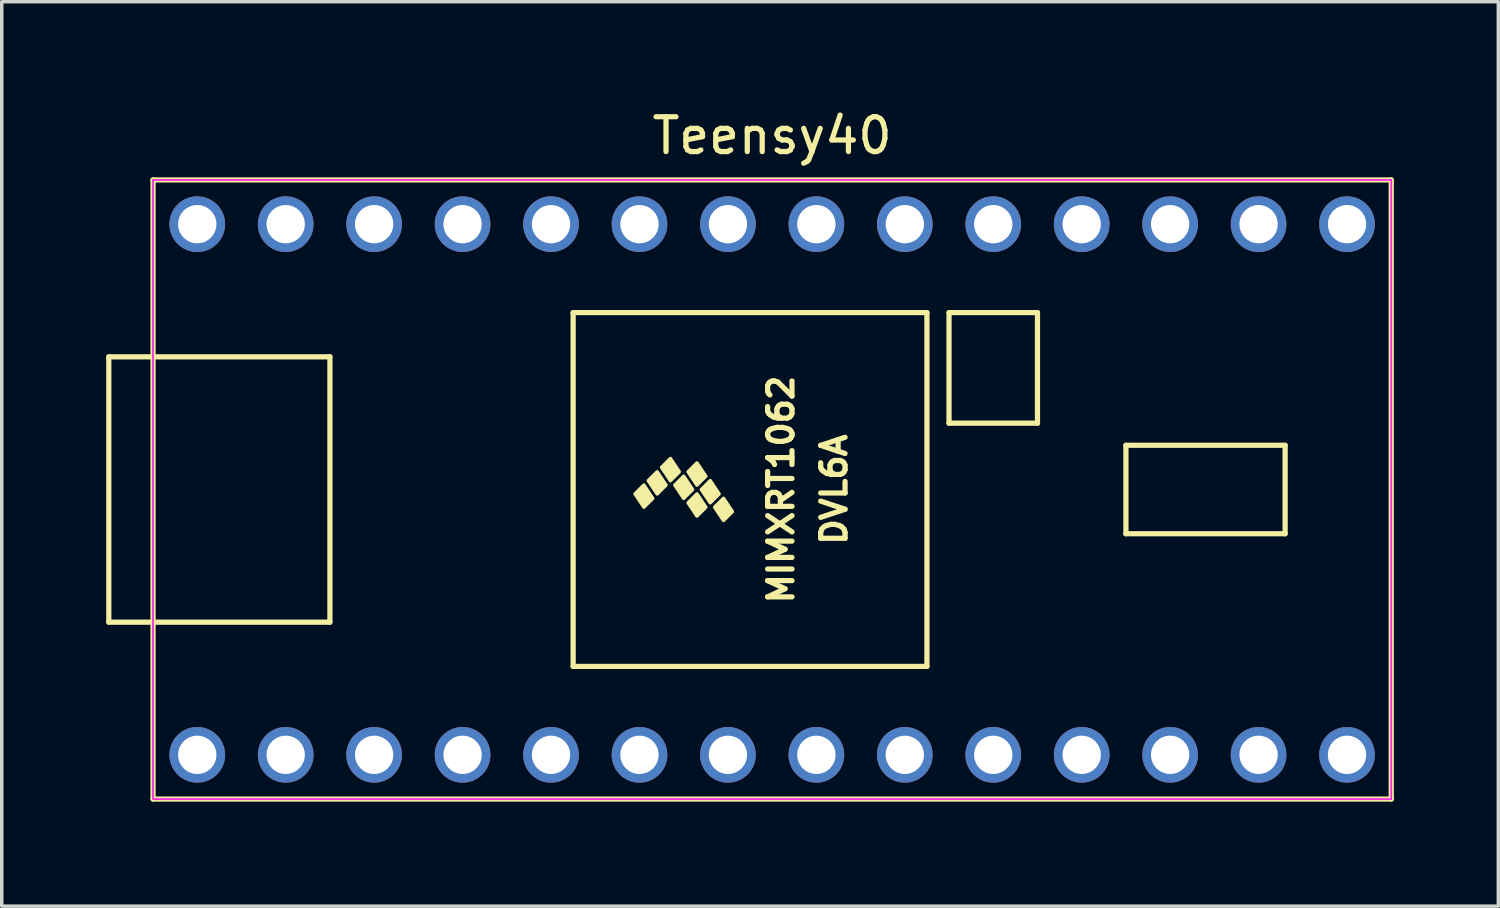
<source format=kicad_pcb>
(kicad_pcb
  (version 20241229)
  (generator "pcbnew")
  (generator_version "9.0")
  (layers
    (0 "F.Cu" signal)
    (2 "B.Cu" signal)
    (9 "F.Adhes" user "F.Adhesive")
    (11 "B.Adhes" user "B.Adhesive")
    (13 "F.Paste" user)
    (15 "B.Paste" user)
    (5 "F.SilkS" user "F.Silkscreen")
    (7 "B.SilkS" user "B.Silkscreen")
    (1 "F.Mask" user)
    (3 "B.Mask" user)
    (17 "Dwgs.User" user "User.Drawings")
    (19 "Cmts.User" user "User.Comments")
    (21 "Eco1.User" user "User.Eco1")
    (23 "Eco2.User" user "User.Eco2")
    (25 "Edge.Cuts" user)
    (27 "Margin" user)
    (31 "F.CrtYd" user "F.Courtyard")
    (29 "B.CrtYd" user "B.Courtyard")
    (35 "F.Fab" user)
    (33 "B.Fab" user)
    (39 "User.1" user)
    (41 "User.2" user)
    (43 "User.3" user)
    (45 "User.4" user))
  (footprint "Teensy40"
    (layer "F.Cu")
    (at 19.125 11.008)
    (property "Reference" "Teensy40" (at 0 -10.16 0) (layer "F.SilkS") (effects (font (size 1 1) (thickness 0.15))))
    (attr through_hole)
    (fp_line (start -19.05 -3.81) (end -17.78 -3.81) (stroke (width 0.15) (type solid)) (layer "F.SilkS"))
    (fp_line (start -19.05 3.81) (end -19.05 -3.81) (stroke (width 0.15) (type solid)) (layer "F.SilkS"))
    (fp_line (start -17.78 -8.89) (end 17.78 -8.89) (stroke (width 0.15) (type solid)) (layer "F.SilkS"))
    (fp_line (start -17.78 3.81) (end -19.05 3.81) (stroke (width 0.15) (type solid)) (layer "F.SilkS"))
    (fp_line (start -17.78 8.89) (end -17.78 -8.89) (stroke (width 0.15) (type solid)) (layer "F.SilkS"))
    (fp_line (start -12.7 -3.81) (end -17.78 -3.81) (stroke (width 0.15) (type solid)) (layer "F.SilkS"))
    (fp_line (start -12.7 3.81) (end -17.78 3.81) (stroke (width 0.15) (type solid)) (layer "F.SilkS"))
    (fp_line (start -12.7 3.81) (end -12.7 -3.81) (stroke (width 0.15) (type solid)) (layer "F.SilkS"))
    (fp_line (start -5.715 -5.08) (end -5.715 5.08) (stroke (width 0.15) (type solid)) (layer "F.SilkS"))
    (fp_line (start 4.445 -5.08) (end -5.715 -5.08) (stroke (width 0.15) (type solid)) (layer "F.SilkS"))
    (fp_line (start 4.445 5.08) (end -5.715 5.08) (stroke (width 0.15) (type solid)) (layer "F.SilkS"))
    (fp_line (start 4.445 5.08) (end 4.445 -5.08) (stroke (width 0.15) (type solid)) (layer "F.SilkS"))
    (fp_line (start 5.08 -5.08) (end 7.62 -5.08) (stroke (width 0.15) (type solid)) (layer "F.SilkS"))
    (fp_line (start 5.08 -1.905) (end 5.08 -5.08) (stroke (width 0.15) (type solid)) (layer "F.SilkS"))
    (fp_line (start 7.62 -5.08) (end 7.62 -1.905) (stroke (width 0.15) (type solid)) (layer "F.SilkS"))
    (fp_line (start 7.62 -1.905) (end 5.08 -1.905) (stroke (width 0.15) (type solid)) (layer "F.SilkS"))
    (fp_line (start 10.16 -1.27) (end 14.732 -1.27) (stroke (width 0.15) (type solid)) (layer "F.SilkS"))
    (fp_line (start 10.16 1.27) (end 10.16 -1.27) (stroke (width 0.15) (type solid)) (layer "F.SilkS"))
    (fp_line (start 14.732 -1.27) (end 14.732 1.27) (stroke (width 0.15) (type solid)) (layer "F.SilkS"))
    (fp_line (start 14.732 1.27) (end 10.16 1.27) (stroke (width 0.15) (type solid)) (layer "F.SilkS"))
    (fp_line (start 17.78 -8.89) (end 17.78 8.89) (stroke (width 0.15) (type solid)) (layer "F.SilkS"))
    (fp_line (start 17.78 8.89) (end -17.78 8.89) (stroke (width 0.15) (type solid)) (layer "F.SilkS"))
    (fp_poly (pts (xy -3.937 0.127) (xy -3.683 -0.127) (xy -3.429 0.254) (xy -3.683 0.508)) (stroke (width 0.1) (type solid)) (fill yes) (layer "F.SilkS"))
    (fp_poly (pts (xy -3.556 -0.254) (xy -3.302 -0.508) (xy -3.048 -0.127) (xy -3.302 0.127)) (stroke (width 0.1) (type solid)) (fill yes) (layer "F.SilkS"))
    (fp_poly (pts (xy -3.175 -0.635) (xy -2.921 -0.889) (xy -2.667 -0.508) (xy -2.921 -0.254)) (stroke (width 0.1) (type solid)) (fill yes) (layer "F.SilkS"))
    (fp_poly (pts (xy -2.794 -0.127) (xy -2.54 -0.381) (xy -2.286 0) (xy -2.54 0.254)) (stroke (width 0.1) (type solid)) (fill yes) (layer "F.SilkS"))
    (fp_poly (pts (xy -2.413 -0.508) (xy -2.159 -0.762) (xy -1.905 -0.381) (xy -2.159 -0.127)) (stroke (width 0.1) (type solid)) (fill yes) (layer "F.SilkS"))
    (fp_poly (pts (xy -2.413 0.381) (xy -2.159 0.127) (xy -1.905 0.508) (xy -2.159 0.762)) (stroke (width 0.1) (type solid)) (fill yes) (layer "F.SilkS"))
    (fp_poly (pts (xy -2.032 0) (xy -1.778 -0.254) (xy -1.524 0.127) (xy -1.778 0.381)) (stroke (width 0.1) (type solid)) (fill yes) (layer "F.SilkS"))
    (fp_poly (pts (xy -1.651 0.508) (xy -1.397 0.254) (xy -1.143 0.635) (xy -1.397 0.889)) (stroke (width 0.1) (type solid)) (fill yes) (layer "F.SilkS"))
    (fp_rect (start -17.78 -8.89) (end 17.78 8.89) (stroke (width 0.05) (type solid)) (fill no) (layer "F.CrtYd"))
    (fp_text user "MIMXRT1062" (at 0.254 0 90) (layer "F.SilkS") (effects (font (size 0.7 0.7) (thickness 0.15))))
    (fp_text user "DVL6A" (at 1.778 0 90) (layer "F.SilkS") (effects (font (size 0.7 0.7) (thickness 0.15))))
    (pad "1" thru_hole circle (at -16.51 7.62) (size 1.6 1.6) (drill 1.1) (layers "*.Cu" "*.Mask"))
    (pad "2" thru_hole circle (at -13.97 7.62) (size 1.6 1.6) (drill 1.1) (layers "*.Cu" "*.Mask"))
    (pad "3" thru_hole circle (at -11.43 7.62) (size 1.6 1.6) (drill 1.1) (layers "*.Cu" "*.Mask"))
    (pad "4" thru_hole circle (at -8.89 7.62) (size 1.6 1.6) (drill 1.1) (layers "*.Cu" "*.Mask"))
    (pad "5" thru_hole circle (at -6.35 7.62) (size 1.6 1.6) (drill 1.1) (layers "*.Cu" "*.Mask"))
    (pad "6" thru_hole circle (at -3.81 7.62) (size 1.6 1.6) (drill 1.1) (layers "*.Cu" "*.Mask"))
    (pad "7" thru_hole circle (at -1.27 7.62) (size 1.6 1.6) (drill 1.1) (layers "*.Cu" "*.Mask"))
    (pad "8" thru_hole circle (at 1.27 7.62) (size 1.6 1.6) (drill 1.1) (layers "*.Cu" "*.Mask"))
    (pad "9" thru_hole circle (at 3.81 7.62) (size 1.6 1.6) (drill 1.1) (layers "*.Cu" "*.Mask"))
    (pad "10" thru_hole circle (at 6.35 7.62) (size 1.6 1.6) (drill 1.1) (layers "*.Cu" "*.Mask"))
    (pad "11" thru_hole circle (at 8.89 7.62) (size 1.6 1.6) (drill 1.1) (layers "*.Cu" "*.Mask"))
    (pad "12" thru_hole circle (at 11.43 7.62) (size 1.6 1.6) (drill 1.1) (layers "*.Cu" "*.Mask"))
    (pad "13" thru_hole circle (at 13.97 7.62) (size 1.6 1.6) (drill 1.1) (layers "*.Cu" "*.Mask"))
    (pad "14" thru_hole circle (at 16.51 7.62) (size 1.6 1.6) (drill 1.1) (layers "*.Cu" "*.Mask"))
    (pad "20" thru_hole circle (at 16.51 -7.62) (size 1.6 1.6) (drill 1.1) (layers "*.Cu" "*.Mask"))
    (pad "21" thru_hole circle (at 13.97 -7.62) (size 1.6 1.6) (drill 1.1) (layers "*.Cu" "*.Mask"))
    (pad "22" thru_hole circle (at 11.43 -7.62) (size 1.6 1.6) (drill 1.1) (layers "*.Cu" "*.Mask"))
    (pad "23" thru_hole circle (at 8.89 -7.62) (size 1.6 1.6) (drill 1.1) (layers "*.Cu" "*.Mask"))
    (pad "24" thru_hole circle (at 6.35 -7.62) (size 1.6 1.6) (drill 1.1) (layers "*.Cu" "*.Mask"))
    (pad "25" thru_hole circle (at 3.81 -7.62) (size 1.6 1.6) (drill 1.1) (layers "*.Cu" "*.Mask"))
    (pad "26" thru_hole circle (at 1.27 -7.62) (size 1.6 1.6) (drill 1.1) (layers "*.Cu" "*.Mask"))
    (pad "27" thru_hole circle (at -1.27 -7.62) (size 1.6 1.6) (drill 1.1) (layers "*.Cu" "*.Mask"))
    (pad "28" thru_hole circle (at -3.81 -7.62) (size 1.6 1.6) (drill 1.1) (layers "*.Cu" "*.Mask"))
    (pad "29" thru_hole circle (at -6.35 -7.62) (size 1.6 1.6) (drill 1.1) (layers "*.Cu" "*.Mask"))
    (pad "30" thru_hole circle (at -8.89 -7.62) (size 1.6 1.6) (drill 1.1) (layers "*.Cu" "*.Mask"))
    (pad "31" thru_hole circle (at -11.43 -7.62) (size 1.6 1.6) (drill 1.1) (layers "*.Cu" "*.Mask"))
    (pad "32" thru_hole circle (at -13.97 -7.62) (size 1.6 1.6) (drill 1.1) (layers "*.Cu" "*.Mask"))
    (pad "33" thru_hole circle (at -16.51 -7.62) (size 1.6 1.6) (drill 1.1) (layers "*.Cu" "*.Mask")))
  (gr_rect
    (start -3 -3)
    (end 39.98 22.973)
    (stroke (width 0.1) (type default))
    (fill no)
    (layer "Edge.Cuts")))
</source>
